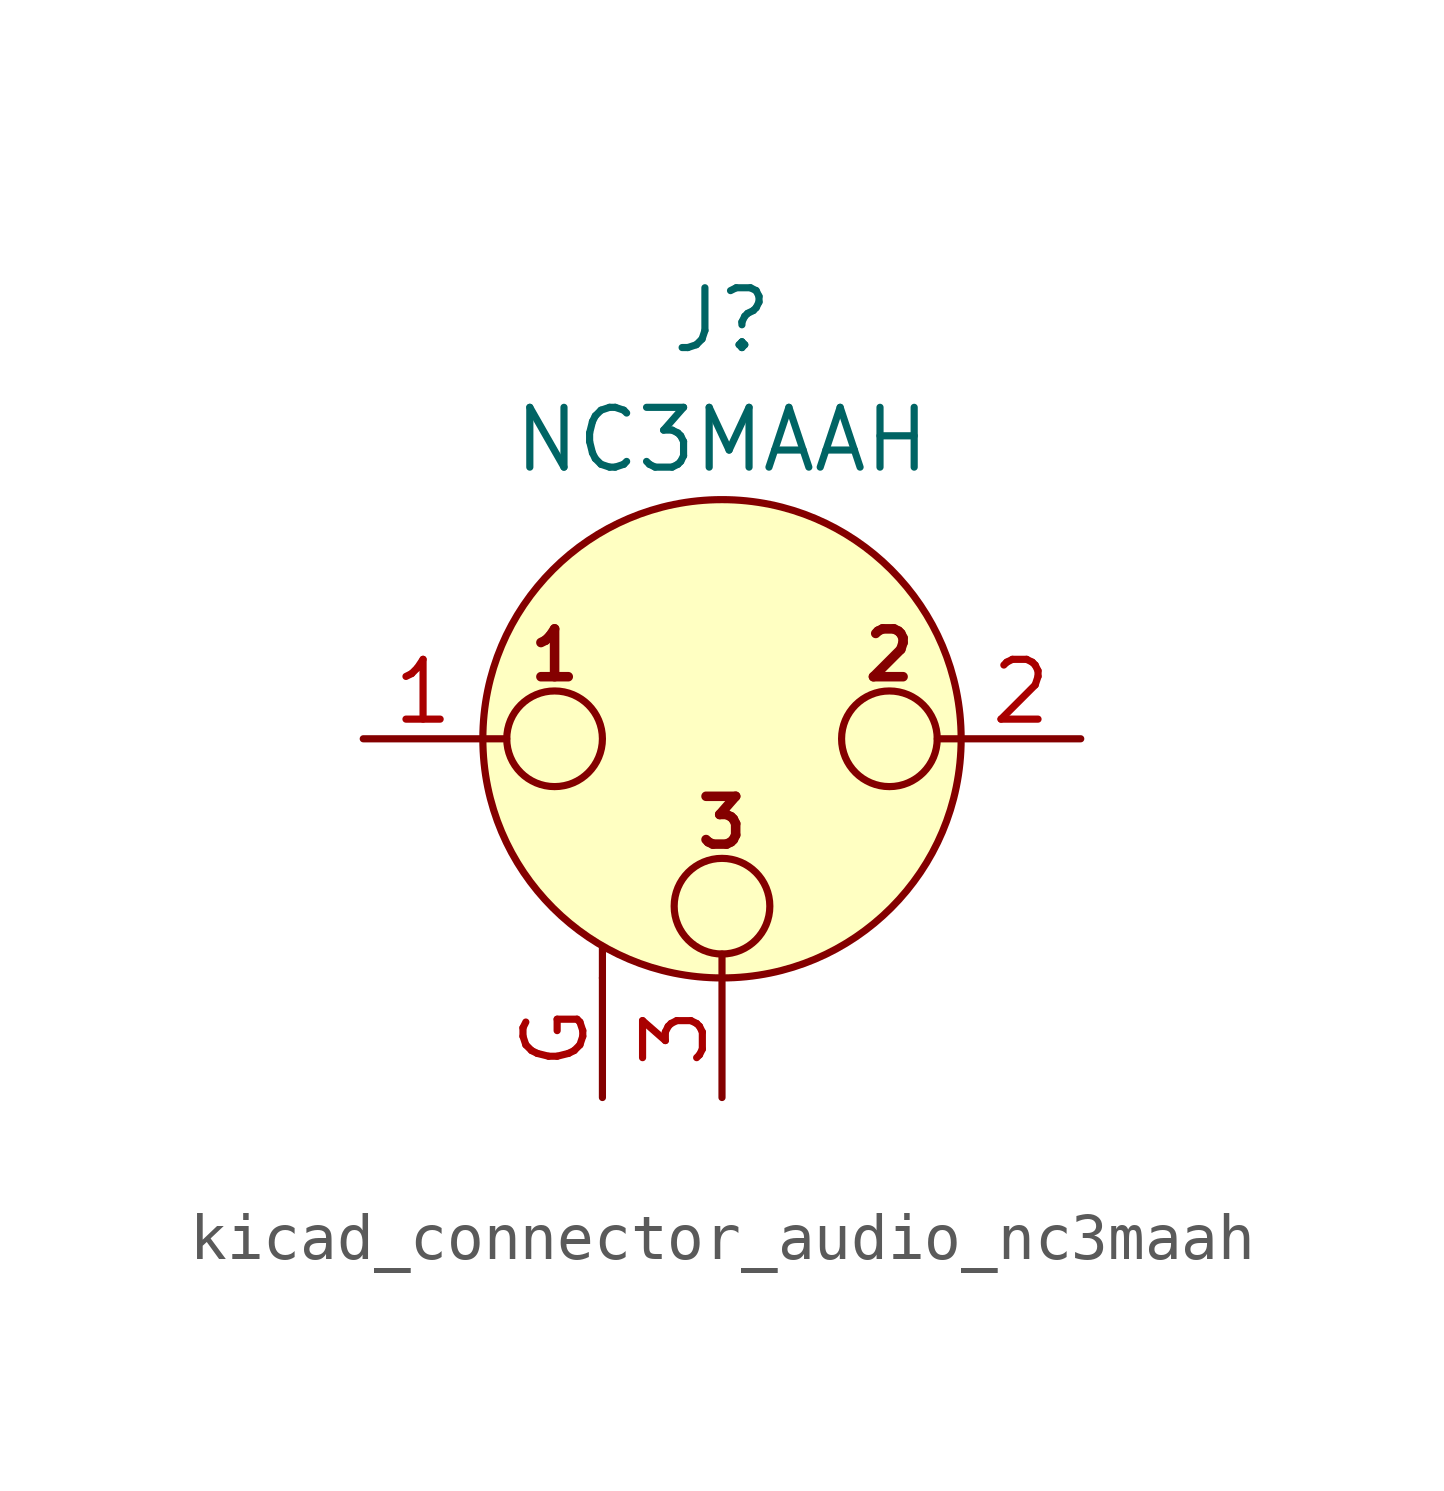
<source format=kicad_sym>
(kicad_symbol_lib
  (version 20220914)
  (generator kicad_symbol_editor)
  (symbol "kicad_connector_audio_nc3maah"
    (pin_names hide)
    (property "Reference" "J"
      (at 0 8.89 0)
      (effects (font (size 1.27 1.27))))
    (property "Value" "NC3MAAH"
      (at 0 6.35 0)
      (effects (font (size 1.27 1.27))))
    (symbol "kicad_connector_audio_nc3maah_0_1"
      (circle (center -3.556 0) (radius 1.016) (stroke (width 0) (type default)) (fill (type none)))
      (circle (center 0 -3.556) (radius 1.016) (stroke (width 0) (type default)) (fill (type none)))
      (polyline (pts (xy -5.08 0) (xy -4.572 0)) (stroke (width 0) (type default)) (fill (type none)))
      (polyline (pts (xy -2.54 -5.08) (xy -2.54 -4.445)) (stroke (width 0) (type default)) (fill (type none)))
      (polyline (pts (xy 0 -5.08) (xy 0 -4.572)) (stroke (width 0) (type default)) (fill (type none)))
      (polyline (pts (xy 5.08 0) (xy 4.572 0)) (stroke (width 0) (type default)) (fill (type none)))
      (circle (center 0 0) (radius 5.08) (stroke (width 0) (type default)) (fill (type background)))
      (circle (center 3.556 0) (radius 1.016) (stroke (width 0) (type default)) (fill (type none)))
      (text "1" (at -3.556 1.778 0) (effects (font (size 1.016 1.016) bold)))
      (text "2" (at 3.556 1.778 0) (effects (font (size 1.016 1.016) bold)))
      (text "3" (at 0 -1.778 0) (effects (font (size 1.016 1.016) bold)))
      (pin passive line (at -7.62 0 0) (length 2.54) (name "~" (effects (font (size 1.27 1.27)))) (number "1" (effects (font (size 1.27 1.27)))))
      (pin passive line (at 7.62 0 180) (length 2.54) (name "~" (effects (font (size 1.27 1.27)))) (number "2" (effects (font (size 1.27 1.27)))))
      (pin passive line (at 0 -7.62 90) (length 2.54) (name "~" (effects (font (size 1.27 1.27)))) (number "3" (effects (font (size 1.27 1.27))))))
    (symbol "kicad_connector_audio_nc3maah_1_1"
      (pin passive line (at -2.54 -7.62 90) (length 2.54) (name "~" (effects (font (size 1.27 1.27)))) (number "G" (effects (font (size 1.27 1.27))))))))
</source>
